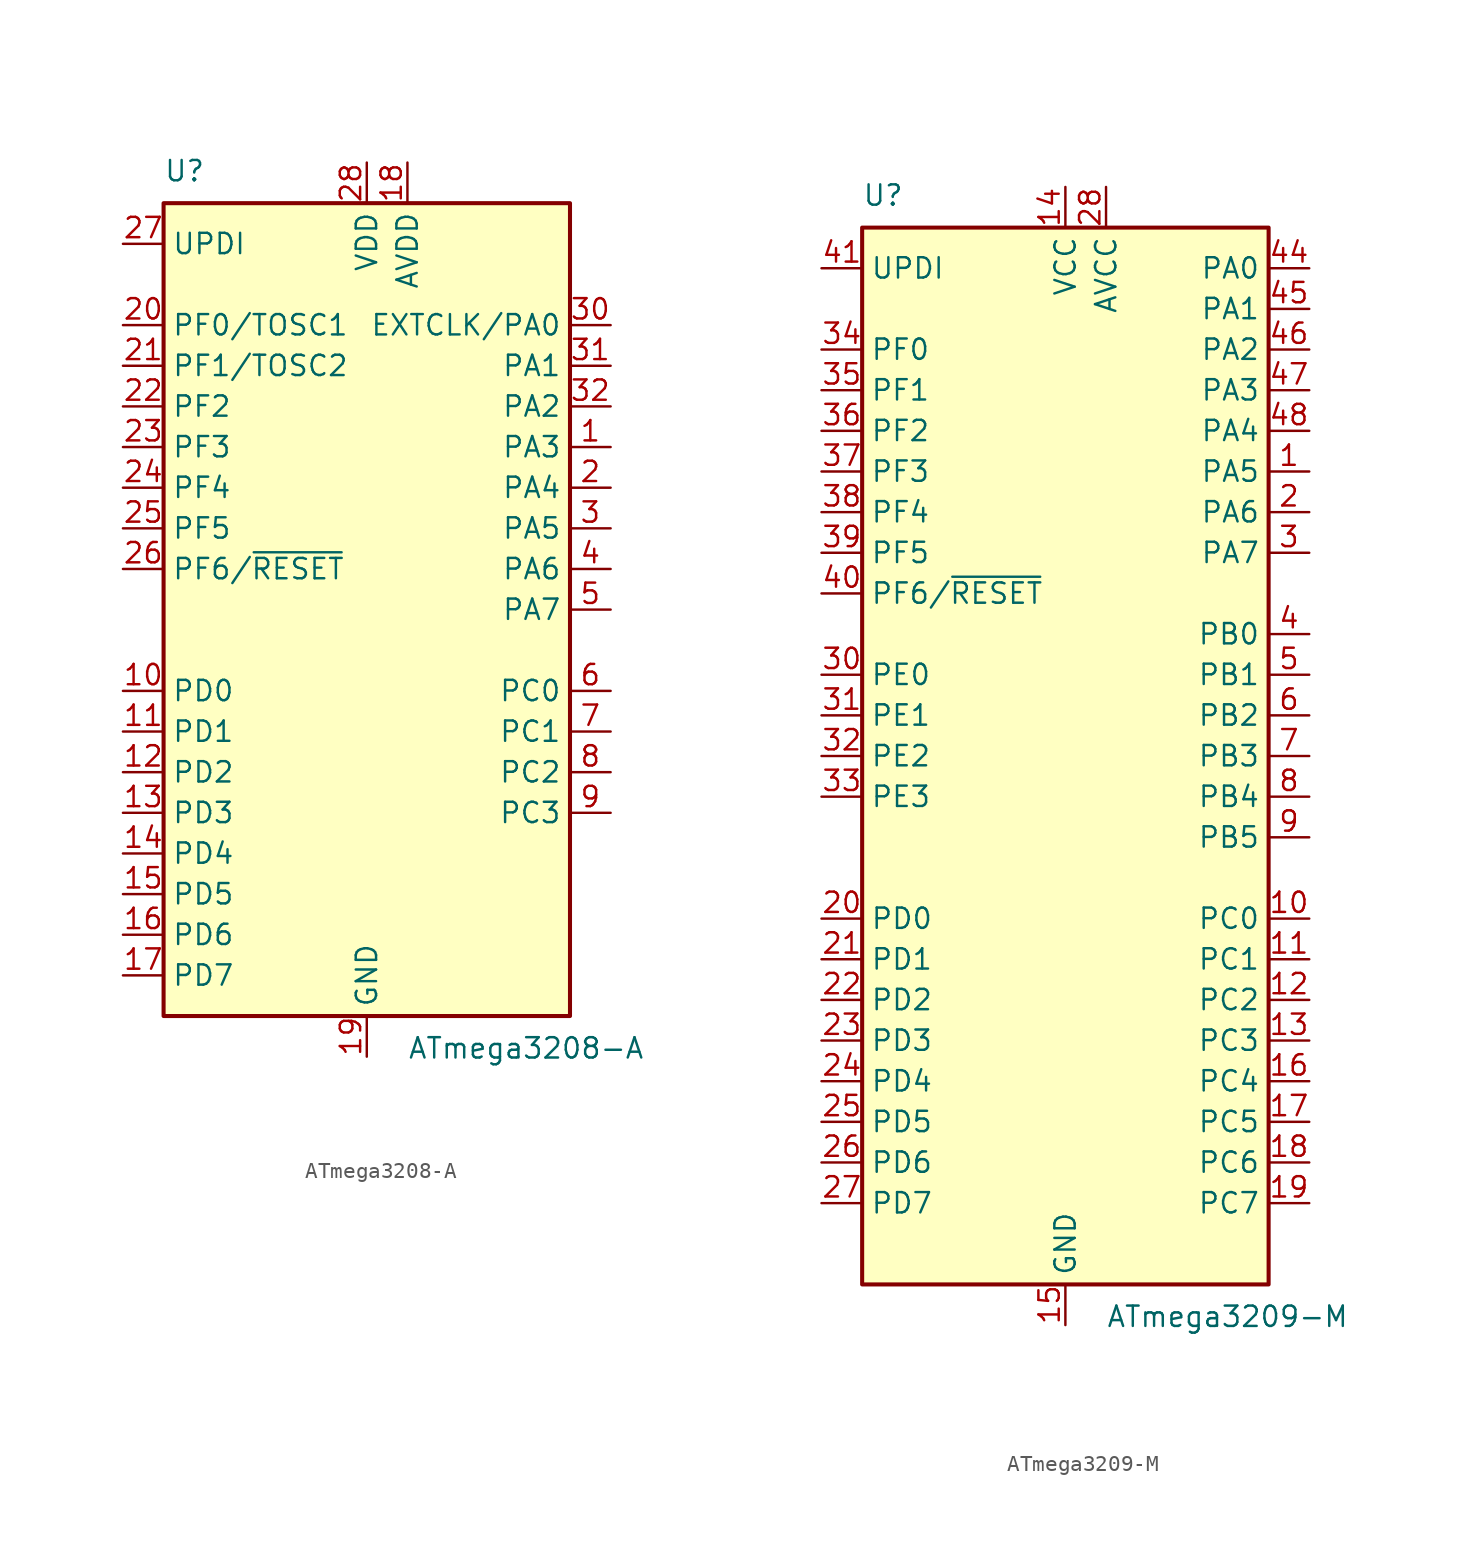
<source format=kicad_sym>
(kicad_symbol_lib
  (version 20241209)
  (generator "kicad_symbol_editor")
  (generator_version "9.0")
  (symbol "ATmega3208-A"
    (property "Reference" "U"
      (at -12.7 26.67 0)
      (effects (font (size 1.27 1.27)) (justify left bottom)))
    (property "Value" "ATmega3208-A"
      (at 2.54 -26.67 0)
      (effects (font (size 1.27 1.27)) (justify left top)))
    (symbol "ATmega3208-A_0_1"
      (rectangle (start -12.7 -25.4) (end 12.7 25.4) (stroke (width 0.254) (type default)) (fill (type background))))
    (symbol "ATmega3208-A_1_1"
      (pin bidirectional line (at -15.24 22.86 0) (length 2.54) (name "UPDI" (effects (font (size 1.27 1.27)))) (number "27" (effects (font (size 1.27 1.27)))))
      (pin bidirectional line (at -15.24 17.78 0) (length 2.54) (name "PF0/TOSC1" (effects (font (size 1.27 1.27)))) (number "20" (effects (font (size 1.27 1.27)))))
      (pin bidirectional line (at -15.24 15.24 0) (length 2.54) (name "PF1/TOSC2" (effects (font (size 1.27 1.27)))) (number "21" (effects (font (size 1.27 1.27)))))
      (pin bidirectional line (at -15.24 12.7 0) (length 2.54) (name "PF2" (effects (font (size 1.27 1.27)))) (number "22" (effects (font (size 1.27 1.27)))))
      (pin bidirectional line (at -15.24 10.16 0) (length 2.54) (name "PF3" (effects (font (size 1.27 1.27)))) (number "23" (effects (font (size 1.27 1.27)))))
      (pin bidirectional line (at -15.24 7.62 0) (length 2.54) (name "PF4" (effects (font (size 1.27 1.27)))) (number "24" (effects (font (size 1.27 1.27)))))
      (pin bidirectional line (at -15.24 5.08 0) (length 2.54) (name "PF5" (effects (font (size 1.27 1.27)))) (number "25" (effects (font (size 1.27 1.27)))))
      (pin bidirectional line (at -15.24 2.54 0) (length 2.54) (name "PF6/~{RESET}" (effects (font (size 1.27 1.27)))) (number "26" (effects (font (size 1.27 1.27)))))
      (pin bidirectional line (at -15.24 -5.08 0) (length 2.54) (name "PD0" (effects (font (size 1.27 1.27)))) (number "10" (effects (font (size 1.27 1.27)))))
      (pin bidirectional line (at -15.24 -7.62 0) (length 2.54) (name "PD1" (effects (font (size 1.27 1.27)))) (number "11" (effects (font (size 1.27 1.27)))))
      (pin bidirectional line (at -15.24 -10.16 0) (length 2.54) (name "PD2" (effects (font (size 1.27 1.27)))) (number "12" (effects (font (size 1.27 1.27)))))
      (pin bidirectional line (at -15.24 -12.7 0) (length 2.54) (name "PD3" (effects (font (size 1.27 1.27)))) (number "13" (effects (font (size 1.27 1.27)))))
      (pin bidirectional line (at -15.24 -15.24 0) (length 2.54) (name "PD4" (effects (font (size 1.27 1.27)))) (number "14" (effects (font (size 1.27 1.27)))))
      (pin bidirectional line (at -15.24 -17.78 0) (length 2.54) (name "PD5" (effects (font (size 1.27 1.27)))) (number "15" (effects (font (size 1.27 1.27)))))
      (pin bidirectional line (at -15.24 -20.32 0) (length 2.54) (name "PD6" (effects (font (size 1.27 1.27)))) (number "16" (effects (font (size 1.27 1.27)))))
      (pin bidirectional line (at -15.24 -22.86 0) (length 2.54) (name "PD7" (effects (font (size 1.27 1.27)))) (number "17" (effects (font (size 1.27 1.27)))))
      (pin power_in line (at 0 27.94 270) (length 2.54) (name "VDD" (effects (font (size 1.27 1.27)))) (number "28" (effects (font (size 1.27 1.27)))))
      (pin power_in line (at 0 -27.94 90) (length 2.54) (name "GND" (effects (font (size 1.27 1.27)))) (number "19" (effects (font (size 1.27 1.27)))))
      (pin passive line (at 0 -27.94 90) (length 2.54) (hide yes) (name "GND" (effects (font (size 1.27 1.27)))) (number "29" (effects (font (size 1.27 1.27)))))
      (pin power_in line (at 2.54 27.94 270) (length 2.54) (name "AVDD" (effects (font (size 1.27 1.27)))) (number "18" (effects (font (size 1.27 1.27)))))
      (pin bidirectional line (at 15.24 17.78 180) (length 2.54) (name "EXTCLK/PA0" (effects (font (size 1.27 1.27)))) (number "30" (effects (font (size 1.27 1.27)))))
      (pin bidirectional line (at 15.24 15.24 180) (length 2.54) (name "PA1" (effects (font (size 1.27 1.27)))) (number "31" (effects (font (size 1.27 1.27)))))
      (pin bidirectional line (at 15.24 12.7 180) (length 2.54) (name "PA2" (effects (font (size 1.27 1.27)))) (number "32" (effects (font (size 1.27 1.27)))))
      (pin bidirectional line (at 15.24 10.16 180) (length 2.54) (name "PA3" (effects (font (size 1.27 1.27)))) (number "1" (effects (font (size 1.27 1.27)))))
      (pin bidirectional line (at 15.24 7.62 180) (length 2.54) (name "PA4" (effects (font (size 1.27 1.27)))) (number "2" (effects (font (size 1.27 1.27)))))
      (pin bidirectional line (at 15.24 5.08 180) (length 2.54) (name "PA5" (effects (font (size 1.27 1.27)))) (number "3" (effects (font (size 1.27 1.27)))))
      (pin bidirectional line (at 15.24 2.54 180) (length 2.54) (name "PA6" (effects (font (size 1.27 1.27)))) (number "4" (effects (font (size 1.27 1.27)))))
      (pin bidirectional line (at 15.24 0 180) (length 2.54) (name "PA7" (effects (font (size 1.27 1.27)))) (number "5" (effects (font (size 1.27 1.27)))))
      (pin bidirectional line (at 15.24 -5.08 180) (length 2.54) (name "PC0" (effects (font (size 1.27 1.27)))) (number "6" (effects (font (size 1.27 1.27)))))
      (pin bidirectional line (at 15.24 -7.62 180) (length 2.54) (name "PC1" (effects (font (size 1.27 1.27)))) (number "7" (effects (font (size 1.27 1.27)))))
      (pin bidirectional line (at 15.24 -10.16 180) (length 2.54) (name "PC2" (effects (font (size 1.27 1.27)))) (number "8" (effects (font (size 1.27 1.27)))))
      (pin bidirectional line (at 15.24 -12.7 180) (length 2.54) (name "PC3" (effects (font (size 1.27 1.27)))) (number "9" (effects (font (size 1.27 1.27)))))))
  (symbol "ATmega3209-M"
    (property "Reference" "U"
      (at -12.7 34.29 0)
      (effects (font (size 1.27 1.27)) (justify left bottom)))
    (property "Value" "ATmega3209-M"
      (at 2.54 -34.29 0)
      (effects (font (size 1.27 1.27)) (justify left top)))
    (symbol "ATmega3209-M_0_1"
      (rectangle (start -12.7 -33.02) (end 12.7 33.02) (stroke (width 0.254) (type default)) (fill (type background))))
    (symbol "ATmega3209-M_1_1"
      (pin bidirectional line (at -15.24 30.48 0) (length 2.54) (name "UPDI" (effects (font (size 1.27 1.27)))) (number "41" (effects (font (size 1.27 1.27)))))
      (pin bidirectional line (at -15.24 25.4 0) (length 2.54) (name "PF0" (effects (font (size 1.27 1.27)))) (number "34" (effects (font (size 1.27 1.27)))))
      (pin bidirectional line (at -15.24 22.86 0) (length 2.54) (name "PF1" (effects (font (size 1.27 1.27)))) (number "35" (effects (font (size 1.27 1.27)))))
      (pin bidirectional line (at -15.24 20.32 0) (length 2.54) (name "PF2" (effects (font (size 1.27 1.27)))) (number "36" (effects (font (size 1.27 1.27)))))
      (pin bidirectional line (at -15.24 17.78 0) (length 2.54) (name "PF3" (effects (font (size 1.27 1.27)))) (number "37" (effects (font (size 1.27 1.27)))))
      (pin bidirectional line (at -15.24 15.24 0) (length 2.54) (name "PF4" (effects (font (size 1.27 1.27)))) (number "38" (effects (font (size 1.27 1.27)))))
      (pin bidirectional line (at -15.24 12.7 0) (length 2.54) (name "PF5" (effects (font (size 1.27 1.27)))) (number "39" (effects (font (size 1.27 1.27)))))
      (pin bidirectional line (at -15.24 10.16 0) (length 2.54) (name "PF6/~{RESET}" (effects (font (size 1.27 1.27)))) (number "40" (effects (font (size 1.27 1.27)))))
      (pin bidirectional line (at -15.24 5.08 0) (length 2.54) (name "PE0" (effects (font (size 1.27 1.27)))) (number "30" (effects (font (size 1.27 1.27)))))
      (pin bidirectional line (at -15.24 2.54 0) (length 2.54) (name "PE1" (effects (font (size 1.27 1.27)))) (number "31" (effects (font (size 1.27 1.27)))))
      (pin bidirectional line (at -15.24 0 0) (length 2.54) (name "PE2" (effects (font (size 1.27 1.27)))) (number "32" (effects (font (size 1.27 1.27)))))
      (pin bidirectional line (at -15.24 -2.54 0) (length 2.54) (name "PE3" (effects (font (size 1.27 1.27)))) (number "33" (effects (font (size 1.27 1.27)))))
      (pin bidirectional line (at -15.24 -10.16 0) (length 2.54) (name "PD0" (effects (font (size 1.27 1.27)))) (number "20" (effects (font (size 1.27 1.27)))))
      (pin bidirectional line (at -15.24 -12.7 0) (length 2.54) (name "PD1" (effects (font (size 1.27 1.27)))) (number "21" (effects (font (size 1.27 1.27)))))
      (pin bidirectional line (at -15.24 -15.24 0) (length 2.54) (name "PD2" (effects (font (size 1.27 1.27)))) (number "22" (effects (font (size 1.27 1.27)))))
      (pin bidirectional line (at -15.24 -17.78 0) (length 2.54) (name "PD3" (effects (font (size 1.27 1.27)))) (number "23" (effects (font (size 1.27 1.27)))))
      (pin bidirectional line (at -15.24 -20.32 0) (length 2.54) (name "PD4" (effects (font (size 1.27 1.27)))) (number "24" (effects (font (size 1.27 1.27)))))
      (pin bidirectional line (at -15.24 -22.86 0) (length 2.54) (name "PD5" (effects (font (size 1.27 1.27)))) (number "25" (effects (font (size 1.27 1.27)))))
      (pin bidirectional line (at -15.24 -25.4 0) (length 2.54) (name "PD6" (effects (font (size 1.27 1.27)))) (number "26" (effects (font (size 1.27 1.27)))))
      (pin bidirectional line (at -15.24 -27.94 0) (length 2.54) (name "PD7" (effects (font (size 1.27 1.27)))) (number "27" (effects (font (size 1.27 1.27)))))
      (pin power_in line (at 0 35.56 270) (length 2.54) (name "VCC" (effects (font (size 1.27 1.27)))) (number "14" (effects (font (size 1.27 1.27)))))
      (pin passive line (at 0 35.56 270) (length 2.54) (hide yes) (name "VCC" (effects (font (size 1.27 1.27)))) (number "42" (effects (font (size 1.27 1.27)))))
      (pin power_in line (at 0 -35.56 90) (length 2.54) (name "GND" (effects (font (size 1.27 1.27)))) (number "15" (effects (font (size 1.27 1.27)))))
      (pin passive line (at 0 -35.56 90) (length 2.54) (hide yes) (name "GND" (effects (font (size 1.27 1.27)))) (number "29" (effects (font (size 1.27 1.27)))))
      (pin passive line (at 0 -35.56 90) (length 2.54) (hide yes) (name "GND" (effects (font (size 1.27 1.27)))) (number "43" (effects (font (size 1.27 1.27)))))
      (pin passive line (at 0 -35.56 90) (length 2.54) (hide yes) (name "GND" (effects (font (size 1.27 1.27)))) (number "49" (effects (font (size 1.27 1.27)))))
      (pin power_in line (at 2.54 35.56 270) (length 2.54) (name "AVCC" (effects (font (size 1.27 1.27)))) (number "28" (effects (font (size 1.27 1.27)))))
      (pin bidirectional line (at 15.24 30.48 180) (length 2.54) (name "PA0" (effects (font (size 1.27 1.27)))) (number "44" (effects (font (size 1.27 1.27)))))
      (pin bidirectional line (at 15.24 27.94 180) (length 2.54) (name "PA1" (effects (font (size 1.27 1.27)))) (number "45" (effects (font (size 1.27 1.27)))))
      (pin bidirectional line (at 15.24 25.4 180) (length 2.54) (name "PA2" (effects (font (size 1.27 1.27)))) (number "46" (effects (font (size 1.27 1.27)))))
      (pin bidirectional line (at 15.24 22.86 180) (length 2.54) (name "PA3" (effects (font (size 1.27 1.27)))) (number "47" (effects (font (size 1.27 1.27)))))
      (pin bidirectional line (at 15.24 20.32 180) (length 2.54) (name "PA4" (effects (font (size 1.27 1.27)))) (number "48" (effects (font (size 1.27 1.27)))))
      (pin bidirectional line (at 15.24 17.78 180) (length 2.54) (name "PA5" (effects (font (size 1.27 1.27)))) (number "1" (effects (font (size 1.27 1.27)))))
      (pin bidirectional line (at 15.24 15.24 180) (length 2.54) (name "PA6" (effects (font (size 1.27 1.27)))) (number "2" (effects (font (size 1.27 1.27)))))
      (pin bidirectional line (at 15.24 12.7 180) (length 2.54) (name "PA7" (effects (font (size 1.27 1.27)))) (number "3" (effects (font (size 1.27 1.27)))))
      (pin bidirectional line (at 15.24 7.62 180) (length 2.54) (name "PB0" (effects (font (size 1.27 1.27)))) (number "4" (effects (font (size 1.27 1.27)))))
      (pin bidirectional line (at 15.24 5.08 180) (length 2.54) (name "PB1" (effects (font (size 1.27 1.27)))) (number "5" (effects (font (size 1.27 1.27)))))
      (pin bidirectional line (at 15.24 2.54 180) (length 2.54) (name "PB2" (effects (font (size 1.27 1.27)))) (number "6" (effects (font (size 1.27 1.27)))))
      (pin bidirectional line (at 15.24 0 180) (length 2.54) (name "PB3" (effects (font (size 1.27 1.27)))) (number "7" (effects (font (size 1.27 1.27)))))
      (pin bidirectional line (at 15.24 -2.54 180) (length 2.54) (name "PB4" (effects (font (size 1.27 1.27)))) (number "8" (effects (font (size 1.27 1.27)))))
      (pin bidirectional line (at 15.24 -5.08 180) (length 2.54) (name "PB5" (effects (font (size 1.27 1.27)))) (number "9" (effects (font (size 1.27 1.27)))))
      (pin bidirectional line (at 15.24 -10.16 180) (length 2.54) (name "PC0" (effects (font (size 1.27 1.27)))) (number "10" (effects (font (size 1.27 1.27)))))
      (pin bidirectional line (at 15.24 -12.7 180) (length 2.54) (name "PC1" (effects (font (size 1.27 1.27)))) (number "11" (effects (font (size 1.27 1.27)))))
      (pin bidirectional line (at 15.24 -15.24 180) (length 2.54) (name "PC2" (effects (font (size 1.27 1.27)))) (number "12" (effects (font (size 1.27 1.27)))))
      (pin bidirectional line (at 15.24 -17.78 180) (length 2.54) (name "PC3" (effects (font (size 1.27 1.27)))) (number "13" (effects (font (size 1.27 1.27)))))
      (pin bidirectional line (at 15.24 -20.32 180) (length 2.54) (name "PC4" (effects (font (size 1.27 1.27)))) (number "16" (effects (font (size 1.27 1.27)))))
      (pin bidirectional line (at 15.24 -22.86 180) (length 2.54) (name "PC5" (effects (font (size 1.27 1.27)))) (number "17" (effects (font (size 1.27 1.27)))))
      (pin bidirectional line (at 15.24 -25.4 180) (length 2.54) (name "PC6" (effects (font (size 1.27 1.27)))) (number "18" (effects (font (size 1.27 1.27)))))
      (pin bidirectional line (at 15.24 -27.94 180) (length 2.54) (name "PC7" (effects (font (size 1.27 1.27)))) (number "19" (effects (font (size 1.27 1.27))))))))
</source>
